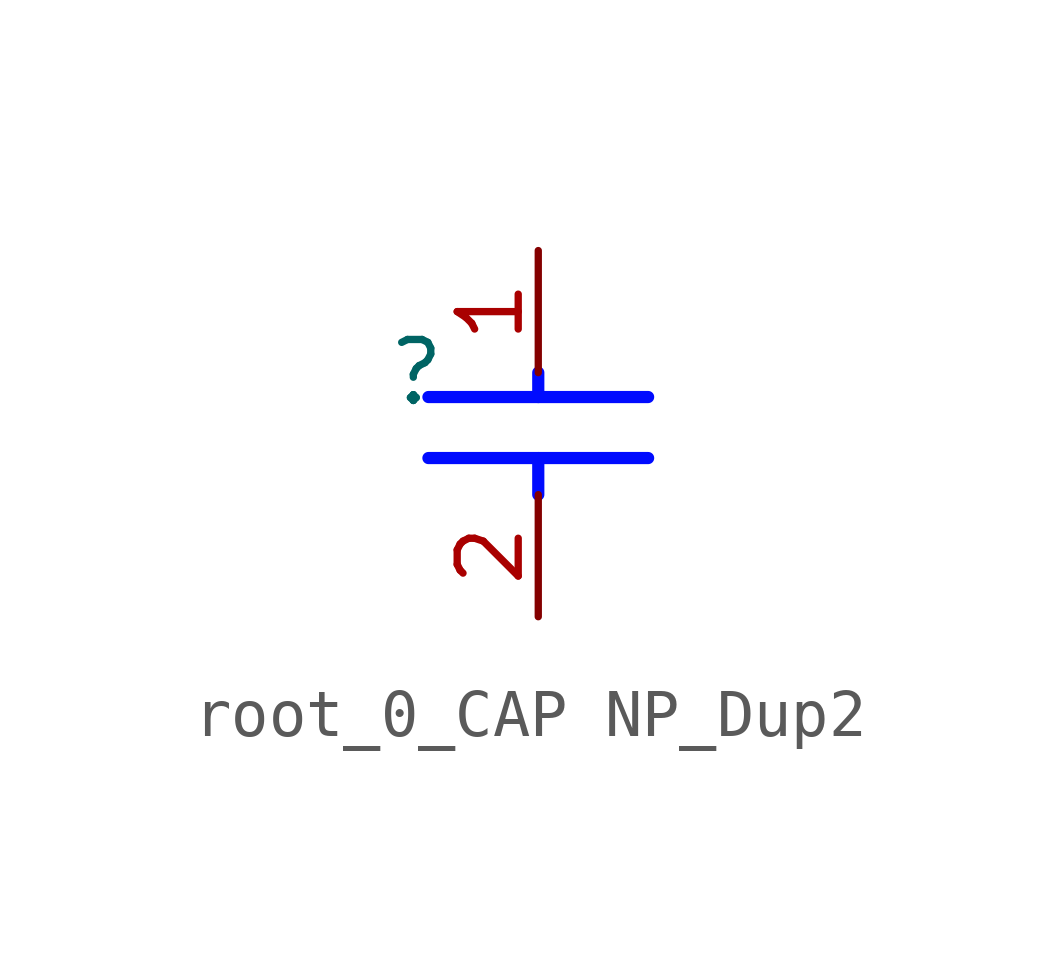
<source format=kicad_sym>
(kicad_symbol_lib
  (version 20231120)
  (generator "kicad_symbol_editor")
  (generator_version "8.0")
  (symbol "root_0_CAP NP_Dup2"
    (property "Reference" ""
      (at 0 0 0)
      (effects (font (size 1.27 1.27))))
    (property "Value" ""
      (at 0 0 0)
      (effects (font (size 1.27 1.27))))
    (symbol "root_0_CAP NP_Dup2_1_0"
      (polyline (pts (xy 0.254 -1.778) (xy 4.826 -1.778)) (stroke (width 0.254) (type solid) (color 0 11 255 1)) (fill (type none)))
      (polyline (pts (xy 0.254 -0.508) (xy 4.826 -0.508)) (stroke (width 0.254) (type solid) (color 0 11 255 1)) (fill (type none)))
      (polyline (pts (xy 2.54 -2.54) (xy 2.54 -1.778)) (stroke (width 0.254) (type solid) (color 0 11 255 1)) (fill (type none)))
      (polyline (pts (xy 2.54 0) (xy 2.54 -0.508)) (stroke (width 0.254) (type solid) (color 0 11 255 1)) (fill (type none)))
      (pin passive line (at 2.54 2.54 270) (length 2.54) (name "1" (effects (font (size 0 0)))) (number "1" (effects (font (size 1.27 1.27)))))
      (pin passive line (at 2.54 -5.08 90) (length 2.54) (name "2" (effects (font (size 0 0)))) (number "2" (effects (font (size 1.27 1.27))))))))
</source>
